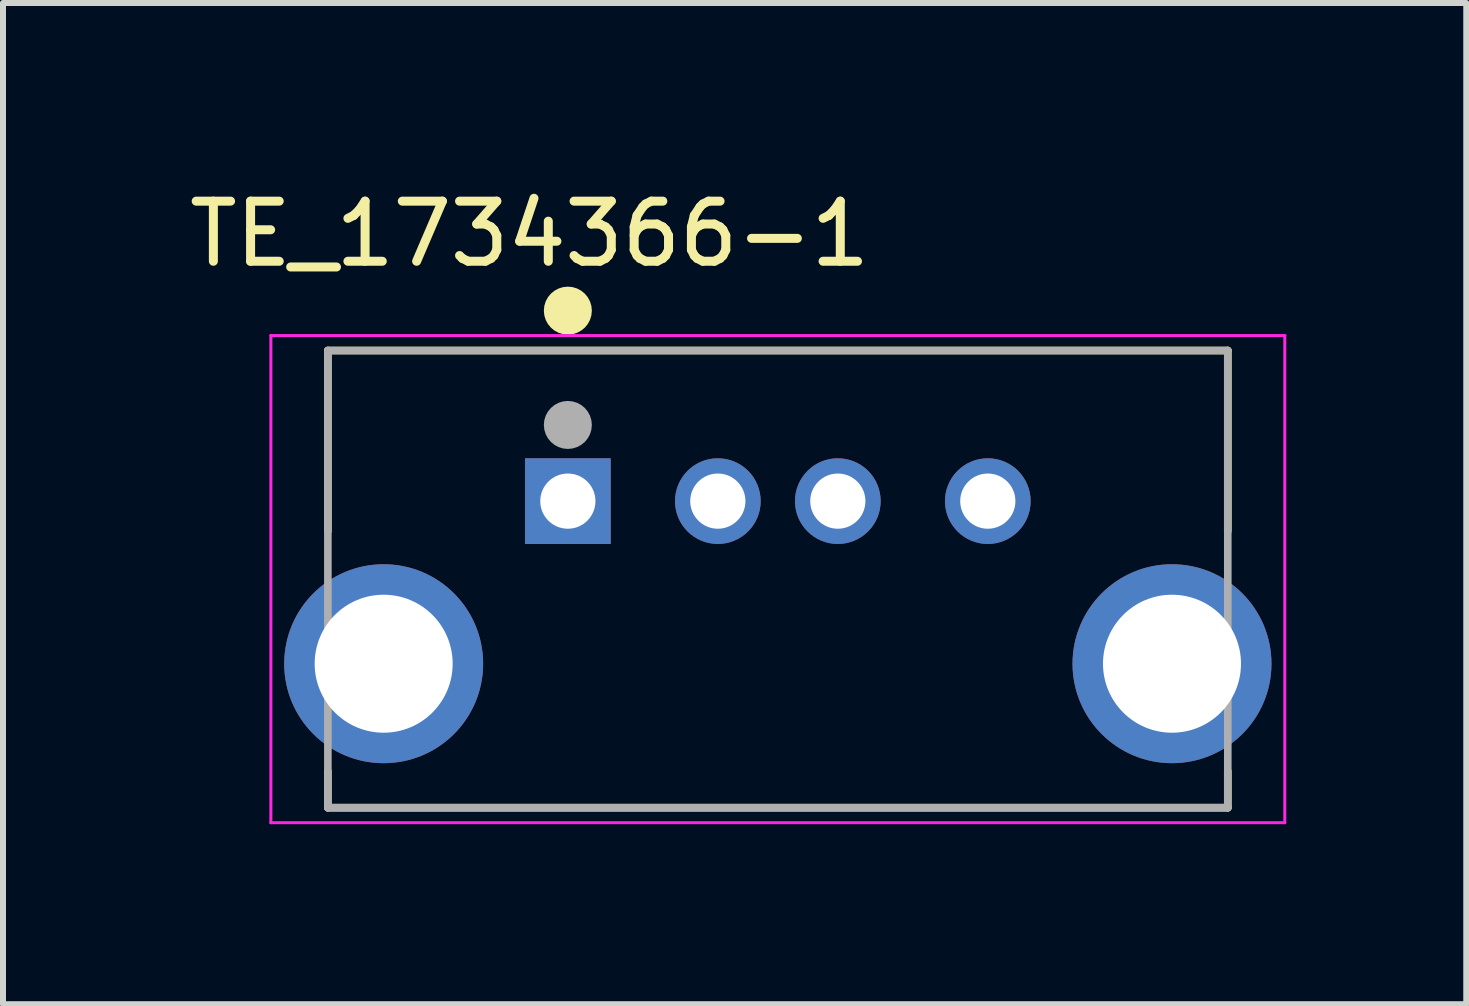
<source format=kicad_pcb>
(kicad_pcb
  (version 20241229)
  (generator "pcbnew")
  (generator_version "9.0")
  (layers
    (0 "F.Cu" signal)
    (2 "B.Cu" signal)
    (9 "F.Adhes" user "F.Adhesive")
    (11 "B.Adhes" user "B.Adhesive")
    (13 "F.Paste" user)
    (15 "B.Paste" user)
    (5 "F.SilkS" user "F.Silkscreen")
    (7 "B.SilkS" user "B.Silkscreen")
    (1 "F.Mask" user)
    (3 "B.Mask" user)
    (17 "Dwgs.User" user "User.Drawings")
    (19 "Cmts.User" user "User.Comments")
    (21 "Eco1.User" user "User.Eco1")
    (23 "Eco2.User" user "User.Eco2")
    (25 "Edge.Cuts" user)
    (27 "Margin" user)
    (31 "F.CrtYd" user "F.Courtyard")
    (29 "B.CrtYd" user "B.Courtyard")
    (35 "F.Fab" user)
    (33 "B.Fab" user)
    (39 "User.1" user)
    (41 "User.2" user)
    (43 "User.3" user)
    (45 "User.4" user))
  (footprint "TE_1734366-1"
    (layer "F.Cu")
    (at 6.415 5.303)
    (property "Reference" "TE_1734366-1" (at -0.636 -4.454 0) (layer "F.SilkS") (effects (font (size 1.002 1.002) (thickness 0.15))))
    (attr through_hole)
    (fp_line (start -4 -2.51) (end -4 0.5) (stroke (width 0.127) (type solid)) (layer "F.SilkS"))
    (fp_line (start -4 -2.51) (end 11 -2.51) (stroke (width 0.127) (type solid)) (layer "F.SilkS"))
    (fp_line (start -4 4.5) (end -4 5.11) (stroke (width 0.127) (type solid)) (layer "F.SilkS"))
    (fp_line (start -4 5.11) (end 11 5.11) (stroke (width 0.127) (type solid)) (layer "F.SilkS"))
    (fp_line (start 11 -2.51) (end 11 0.5) (stroke (width 0.127) (type solid)) (layer "F.SilkS"))
    (fp_line (start 11 5.11) (end 11 4.5) (stroke (width 0.127) (type solid)) (layer "F.SilkS"))
    (fp_circle (center 0 -3.175) (end 0.2 -3.175) (stroke (width 0.4) (type solid)) (fill no) (layer "F.SilkS"))
    (fp_line (start -4.95 -2.76) (end 11.95 -2.76) (stroke (width 0.05) (type solid)) (layer "F.CrtYd"))
    (fp_line (start -4.95 5.36) (end -4.95 -2.76) (stroke (width 0.05) (type solid)) (layer "F.CrtYd"))
    (fp_line (start 11.95 -2.76) (end 11.95 5.36) (stroke (width 0.05) (type solid)) (layer "F.CrtYd"))
    (fp_line (start 11.95 5.36) (end -4.95 5.36) (stroke (width 0.05) (type solid)) (layer "F.CrtYd"))
    (fp_line (start -4 -2.51) (end 11 -2.51) (stroke (width 0.127) (type solid)) (layer "F.Fab"))
    (fp_line (start -4 5.11) (end -4 -2.51) (stroke (width 0.127) (type solid)) (layer "F.Fab"))
    (fp_line (start 11 -2.51) (end 11 5.11) (stroke (width 0.127) (type solid)) (layer "F.Fab"))
    (fp_line (start 11 5.11) (end -4 5.11) (stroke (width 0.127) (type solid)) (layer "F.Fab"))
    (fp_circle (center 0 -1.27) (end 0.2 -1.27) (stroke (width 0.4) (type solid)) (fill no) (layer "F.Fab"))
    (pad "1" thru_hole rect (at 0 0) (size 1.428 1.428) (drill 0.92) (layers "*.Cu" "*.Mask"))
    (pad "2" thru_hole circle (at 2.5 0) (size 1.428 1.428) (drill 0.92) (layers "*.Cu" "*.Mask"))
    (pad "3" thru_hole circle (at 4.5 0) (size 1.428 1.428) (drill 0.92) (layers "*.Cu" "*.Mask"))
    (pad "4" thru_hole circle (at 7 0) (size 1.428 1.428) (drill 0.92) (layers "*.Cu" "*.Mask"))
    (pad "SH1" thru_hole circle (at -3.07 2.71) (size 3.316 3.316) (drill 2.3) (layers "*.Cu" "*.Mask"))
    (pad "SH2" thru_hole circle (at 10.07 2.71) (size 3.316 3.316) (drill 2.3) (layers "*.Cu" "*.Mask")))
  (gr_rect
    (start -3 -3)
    (end 21.39 13.688)
    (stroke (width 0.1) (type default))
    (fill no)
    (layer "Edge.Cuts")))
</source>
